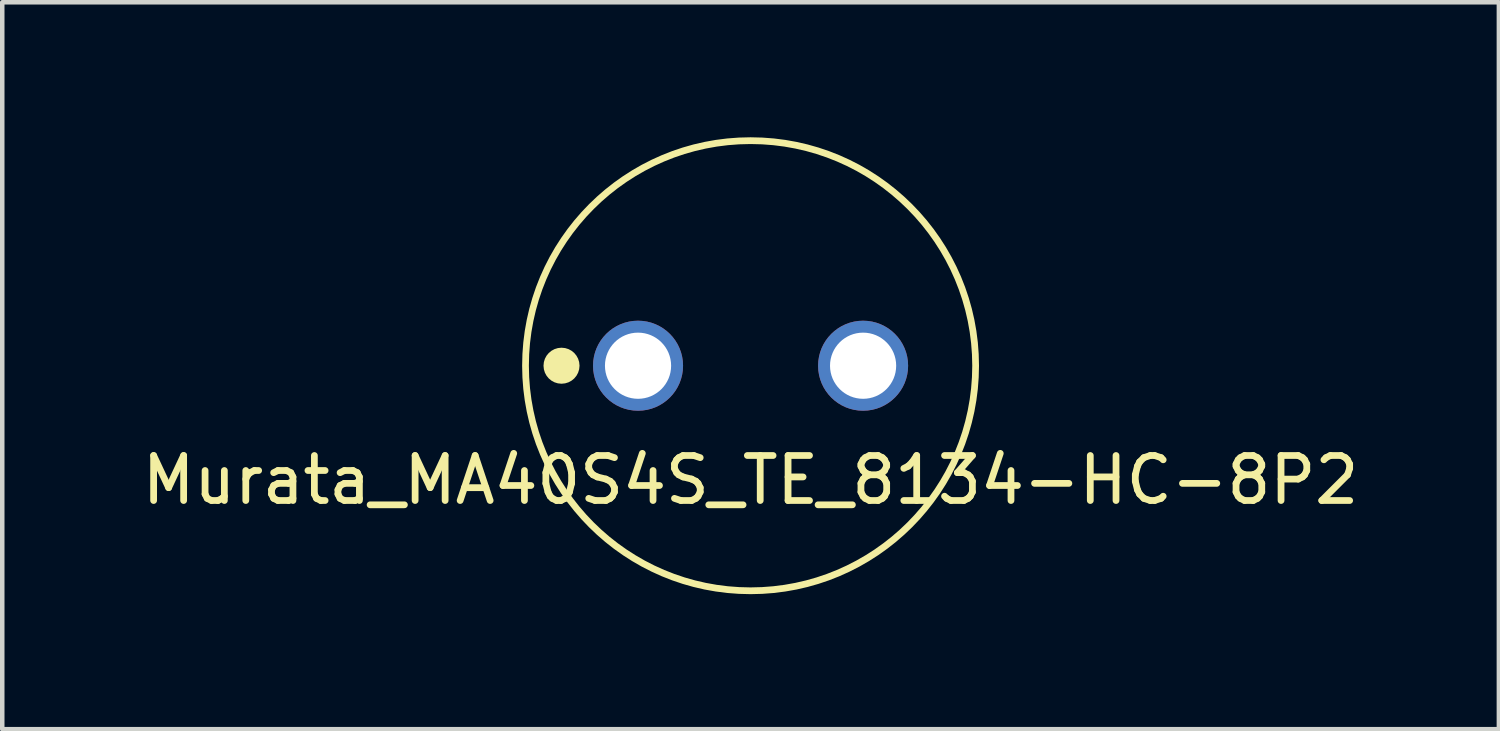
<source format=kicad_pcb>
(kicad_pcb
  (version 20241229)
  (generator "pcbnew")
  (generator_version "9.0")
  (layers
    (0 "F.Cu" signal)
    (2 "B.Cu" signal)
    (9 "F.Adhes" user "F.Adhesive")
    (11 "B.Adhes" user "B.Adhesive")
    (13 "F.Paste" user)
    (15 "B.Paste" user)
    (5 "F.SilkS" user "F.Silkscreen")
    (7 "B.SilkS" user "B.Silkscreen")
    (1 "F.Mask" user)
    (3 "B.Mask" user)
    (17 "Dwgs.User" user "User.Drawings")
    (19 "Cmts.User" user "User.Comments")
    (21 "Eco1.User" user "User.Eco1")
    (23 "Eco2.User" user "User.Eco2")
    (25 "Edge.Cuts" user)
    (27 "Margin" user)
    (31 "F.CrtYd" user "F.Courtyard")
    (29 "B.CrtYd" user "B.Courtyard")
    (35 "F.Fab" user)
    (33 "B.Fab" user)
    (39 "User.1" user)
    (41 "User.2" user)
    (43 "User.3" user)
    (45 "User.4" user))
  (footprint "Murata_MA40S4S_TE_8134-HC-8P2"
    (layer "F.Cu")
    (at 13.625 5.075)
    (property "Reference" "Murata_MA40S4S_TE_8134-HC-8P2" (at 0 2.54 0) (layer "F.SilkS") (effects (font (size 1 1) (thickness 0.15))))
    (attr through_hole)
    (fp_circle (center -4.2 0) (end -4 0) (stroke (width 0.4) (type solid)) (fill no) (layer "F.SilkS"))
    (fp_circle (center 0 0) (end 5 0) (stroke (width 0.15) (type solid)) (fill no) (layer "F.SilkS"))
    (pad "1" thru_hole circle (at -2.5 0) (size 2 2) (drill 1.47) (layers "*.Cu" "*.Mask"))
    (pad "2" thru_hole circle (at 2.5 0) (size 2 2) (drill 1.47) (layers "*.Cu" "*.Mask")))
  (gr_rect
    (start -3 -3)
    (end 30.25 13.15)
    (stroke (width 0.1) (type default))
    (fill no)
    (layer "Edge.Cuts")))
</source>
